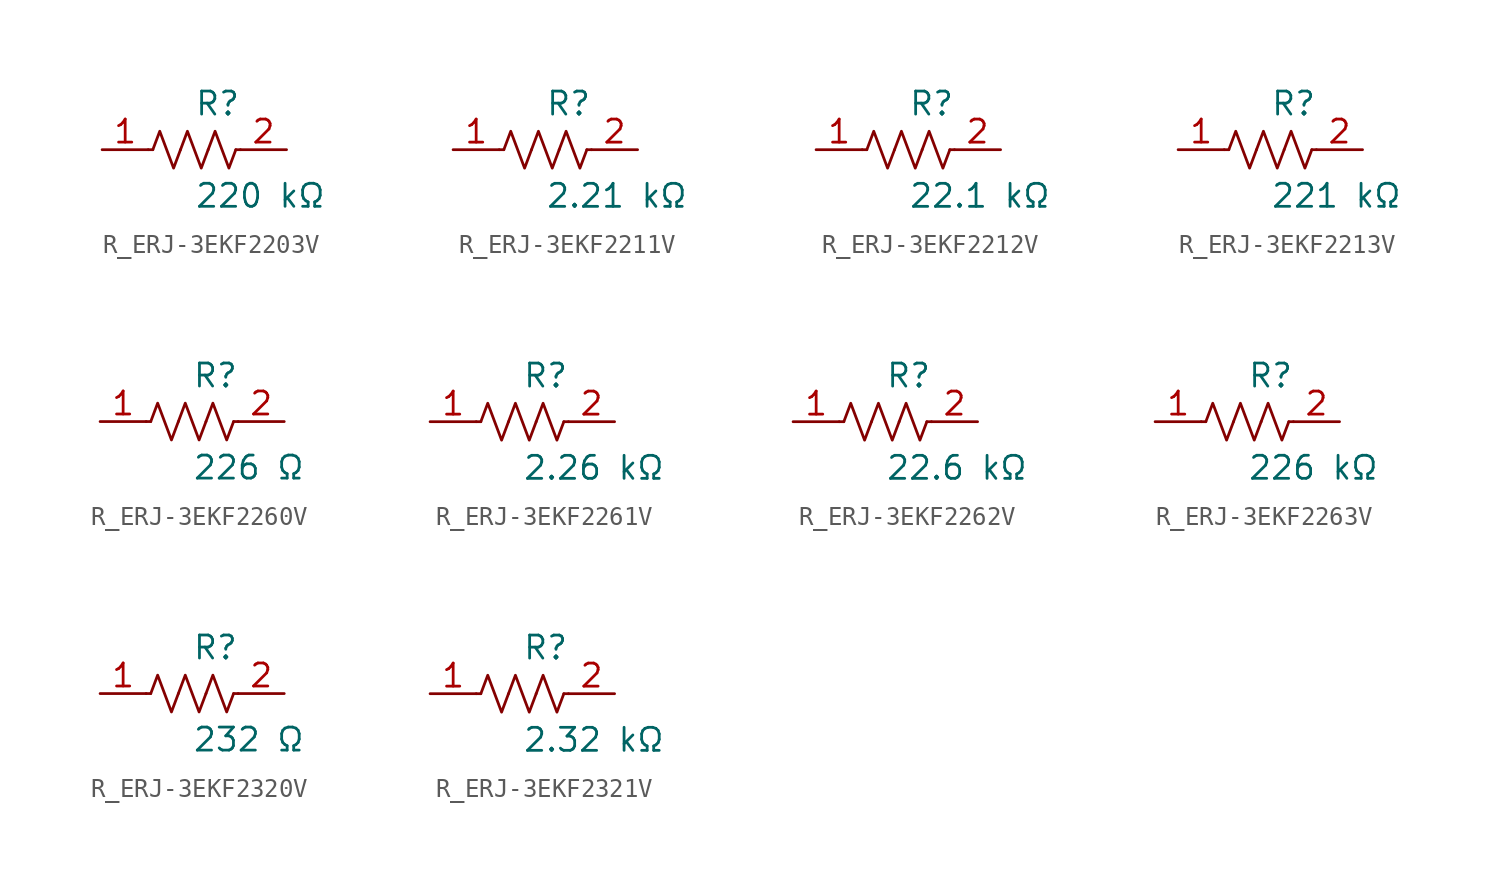
<source format=kicad_sym>
(kicad_symbol_lib
  (version 20231120)
  (generator kicad_symbol_editor)
  (generator_version 8.0)
  (symbol "R_ERJ-3EKF2203V"
    (pin_names
      (offset 0.254))
    (property "Reference" "R"
      (at 0.0 2.54 0)
      (effects (font (size 1.27 1.27)) (justify left)))
    (property "Value" "220 kΩ"
      (at 0.0 -2.54 0)
      (effects (font (size 1.27 1.27)) (justify left)))
    (symbol "R_ERJ-3EKF2203V_0_1"
      (polyline (pts (xy 2.286 0) (xy 2.54 0)) (stroke (width 0) (type default)) (fill (type none)))
      (polyline (pts (xy -2.286 0) (xy -2.54 0)) (stroke (width 0) (type default)) (fill (type none)))
      (polyline (pts (xy 0.762 0) (xy 1.143 1.016) (xy 1.524 0) (xy 1.905 -1.016) (xy 2.286 0)) (stroke (width 0) (type default)) (fill (type none)))
      (polyline (pts (xy -0.762 0) (xy -0.381 1.016) (xy 0 0) (xy 0.381 -1.016) (xy 0.762 0)) (stroke (width 0) (type default)) (fill (type none)))
      (polyline (pts (xy -2.286 0) (xy -1.905 1.016) (xy -1.524 0) (xy -1.143 -1.016) (xy -0.762 0)) (stroke (width 0) (type default)) (fill (type none))))
    (pin unspecified line
      (at -5.08 0 0)
      (length 2.54)
      (name "" (effects (font (size 1.27 1.27))))
      (number "1" (effects (font (size 1.27 1.27)))))
    (pin unspecified line
      (at 5.08 0 180)
      (length 2.54)
      (name "" (effects (font (size 1.27 1.27))))
      (number "2" (effects (font (size 1.27 1.27))))))
  (symbol "R_ERJ-3EKF2211V"
    (pin_names
      (offset 0.254))
    (property "Reference" "R"
      (at 0.0 2.54 0)
      (effects (font (size 1.27 1.27)) (justify left)))
    (property "Value" "2.21 kΩ"
      (at 0.0 -2.54 0)
      (effects (font (size 1.27 1.27)) (justify left)))
    (symbol "R_ERJ-3EKF2211V_0_1"
      (polyline (pts (xy 2.286 0) (xy 2.54 0)) (stroke (width 0) (type default)) (fill (type none)))
      (polyline (pts (xy -2.286 0) (xy -2.54 0)) (stroke (width 0) (type default)) (fill (type none)))
      (polyline (pts (xy 0.762 0) (xy 1.143 1.016) (xy 1.524 0) (xy 1.905 -1.016) (xy 2.286 0)) (stroke (width 0) (type default)) (fill (type none)))
      (polyline (pts (xy -0.762 0) (xy -0.381 1.016) (xy 0 0) (xy 0.381 -1.016) (xy 0.762 0)) (stroke (width 0) (type default)) (fill (type none)))
      (polyline (pts (xy -2.286 0) (xy -1.905 1.016) (xy -1.524 0) (xy -1.143 -1.016) (xy -0.762 0)) (stroke (width 0) (type default)) (fill (type none))))
    (pin unspecified line
      (at -5.08 0 0)
      (length 2.54)
      (name "" (effects (font (size 1.27 1.27))))
      (number "1" (effects (font (size 1.27 1.27)))))
    (pin unspecified line
      (at 5.08 0 180)
      (length 2.54)
      (name "" (effects (font (size 1.27 1.27))))
      (number "2" (effects (font (size 1.27 1.27))))))
  (symbol "R_ERJ-3EKF2212V"
    (pin_names
      (offset 0.254))
    (property "Reference" "R"
      (at 0.0 2.54 0)
      (effects (font (size 1.27 1.27)) (justify left)))
    (property "Value" "22.1 kΩ"
      (at 0.0 -2.54 0)
      (effects (font (size 1.27 1.27)) (justify left)))
    (symbol "R_ERJ-3EKF2212V_0_1"
      (polyline (pts (xy 2.286 0) (xy 2.54 0)) (stroke (width 0) (type default)) (fill (type none)))
      (polyline (pts (xy -2.286 0) (xy -2.54 0)) (stroke (width 0) (type default)) (fill (type none)))
      (polyline (pts (xy 0.762 0) (xy 1.143 1.016) (xy 1.524 0) (xy 1.905 -1.016) (xy 2.286 0)) (stroke (width 0) (type default)) (fill (type none)))
      (polyline (pts (xy -0.762 0) (xy -0.381 1.016) (xy 0 0) (xy 0.381 -1.016) (xy 0.762 0)) (stroke (width 0) (type default)) (fill (type none)))
      (polyline (pts (xy -2.286 0) (xy -1.905 1.016) (xy -1.524 0) (xy -1.143 -1.016) (xy -0.762 0)) (stroke (width 0) (type default)) (fill (type none))))
    (pin unspecified line
      (at -5.08 0 0)
      (length 2.54)
      (name "" (effects (font (size 1.27 1.27))))
      (number "1" (effects (font (size 1.27 1.27)))))
    (pin unspecified line
      (at 5.08 0 180)
      (length 2.54)
      (name "" (effects (font (size 1.27 1.27))))
      (number "2" (effects (font (size 1.27 1.27))))))
  (symbol "R_ERJ-3EKF2213V"
    (pin_names
      (offset 0.254))
    (property "Reference" "R"
      (at 0.0 2.54 0)
      (effects (font (size 1.27 1.27)) (justify left)))
    (property "Value" "221 kΩ"
      (at 0.0 -2.54 0)
      (effects (font (size 1.27 1.27)) (justify left)))
    (symbol "R_ERJ-3EKF2213V_0_1"
      (polyline (pts (xy 2.286 0) (xy 2.54 0)) (stroke (width 0) (type default)) (fill (type none)))
      (polyline (pts (xy -2.286 0) (xy -2.54 0)) (stroke (width 0) (type default)) (fill (type none)))
      (polyline (pts (xy 0.762 0) (xy 1.143 1.016) (xy 1.524 0) (xy 1.905 -1.016) (xy 2.286 0)) (stroke (width 0) (type default)) (fill (type none)))
      (polyline (pts (xy -0.762 0) (xy -0.381 1.016) (xy 0 0) (xy 0.381 -1.016) (xy 0.762 0)) (stroke (width 0) (type default)) (fill (type none)))
      (polyline (pts (xy -2.286 0) (xy -1.905 1.016) (xy -1.524 0) (xy -1.143 -1.016) (xy -0.762 0)) (stroke (width 0) (type default)) (fill (type none))))
    (pin unspecified line
      (at -5.08 0 0)
      (length 2.54)
      (name "" (effects (font (size 1.27 1.27))))
      (number "1" (effects (font (size 1.27 1.27)))))
    (pin unspecified line
      (at 5.08 0 180)
      (length 2.54)
      (name "" (effects (font (size 1.27 1.27))))
      (number "2" (effects (font (size 1.27 1.27))))))
  (symbol "R_ERJ-3EKF2260V"
    (pin_names
      (offset 0.254))
    (property "Reference" "R"
      (at 0.0 2.54 0)
      (effects (font (size 1.27 1.27)) (justify left)))
    (property "Value" "226 Ω"
      (at 0.0 -2.54 0)
      (effects (font (size 1.27 1.27)) (justify left)))
    (symbol "R_ERJ-3EKF2260V_0_1"
      (polyline (pts (xy 2.286 0) (xy 2.54 0)) (stroke (width 0) (type default)) (fill (type none)))
      (polyline (pts (xy -2.286 0) (xy -2.54 0)) (stroke (width 0) (type default)) (fill (type none)))
      (polyline (pts (xy 0.762 0) (xy 1.143 1.016) (xy 1.524 0) (xy 1.905 -1.016) (xy 2.286 0)) (stroke (width 0) (type default)) (fill (type none)))
      (polyline (pts (xy -0.762 0) (xy -0.381 1.016) (xy 0 0) (xy 0.381 -1.016) (xy 0.762 0)) (stroke (width 0) (type default)) (fill (type none)))
      (polyline (pts (xy -2.286 0) (xy -1.905 1.016) (xy -1.524 0) (xy -1.143 -1.016) (xy -0.762 0)) (stroke (width 0) (type default)) (fill (type none))))
    (pin unspecified line
      (at -5.08 0 0)
      (length 2.54)
      (name "" (effects (font (size 1.27 1.27))))
      (number "1" (effects (font (size 1.27 1.27)))))
    (pin unspecified line
      (at 5.08 0 180)
      (length 2.54)
      (name "" (effects (font (size 1.27 1.27))))
      (number "2" (effects (font (size 1.27 1.27))))))
  (symbol "R_ERJ-3EKF2261V"
    (pin_names
      (offset 0.254))
    (property "Reference" "R"
      (at 0.0 2.54 0)
      (effects (font (size 1.27 1.27)) (justify left)))
    (property "Value" "2.26 kΩ"
      (at 0.0 -2.54 0)
      (effects (font (size 1.27 1.27)) (justify left)))
    (symbol "R_ERJ-3EKF2261V_0_1"
      (polyline (pts (xy 2.286 0) (xy 2.54 0)) (stroke (width 0) (type default)) (fill (type none)))
      (polyline (pts (xy -2.286 0) (xy -2.54 0)) (stroke (width 0) (type default)) (fill (type none)))
      (polyline (pts (xy 0.762 0) (xy 1.143 1.016) (xy 1.524 0) (xy 1.905 -1.016) (xy 2.286 0)) (stroke (width 0) (type default)) (fill (type none)))
      (polyline (pts (xy -0.762 0) (xy -0.381 1.016) (xy 0 0) (xy 0.381 -1.016) (xy 0.762 0)) (stroke (width 0) (type default)) (fill (type none)))
      (polyline (pts (xy -2.286 0) (xy -1.905 1.016) (xy -1.524 0) (xy -1.143 -1.016) (xy -0.762 0)) (stroke (width 0) (type default)) (fill (type none))))
    (pin unspecified line
      (at -5.08 0 0)
      (length 2.54)
      (name "" (effects (font (size 1.27 1.27))))
      (number "1" (effects (font (size 1.27 1.27)))))
    (pin unspecified line
      (at 5.08 0 180)
      (length 2.54)
      (name "" (effects (font (size 1.27 1.27))))
      (number "2" (effects (font (size 1.27 1.27))))))
  (symbol "R_ERJ-3EKF2262V"
    (pin_names
      (offset 0.254))
    (property "Reference" "R"
      (at 0.0 2.54 0)
      (effects (font (size 1.27 1.27)) (justify left)))
    (property "Value" "22.6 kΩ"
      (at 0.0 -2.54 0)
      (effects (font (size 1.27 1.27)) (justify left)))
    (symbol "R_ERJ-3EKF2262V_0_1"
      (polyline (pts (xy 2.286 0) (xy 2.54 0)) (stroke (width 0) (type default)) (fill (type none)))
      (polyline (pts (xy -2.286 0) (xy -2.54 0)) (stroke (width 0) (type default)) (fill (type none)))
      (polyline (pts (xy 0.762 0) (xy 1.143 1.016) (xy 1.524 0) (xy 1.905 -1.016) (xy 2.286 0)) (stroke (width 0) (type default)) (fill (type none)))
      (polyline (pts (xy -0.762 0) (xy -0.381 1.016) (xy 0 0) (xy 0.381 -1.016) (xy 0.762 0)) (stroke (width 0) (type default)) (fill (type none)))
      (polyline (pts (xy -2.286 0) (xy -1.905 1.016) (xy -1.524 0) (xy -1.143 -1.016) (xy -0.762 0)) (stroke (width 0) (type default)) (fill (type none))))
    (pin unspecified line
      (at -5.08 0 0)
      (length 2.54)
      (name "" (effects (font (size 1.27 1.27))))
      (number "1" (effects (font (size 1.27 1.27)))))
    (pin unspecified line
      (at 5.08 0 180)
      (length 2.54)
      (name "" (effects (font (size 1.27 1.27))))
      (number "2" (effects (font (size 1.27 1.27))))))
  (symbol "R_ERJ-3EKF2263V"
    (pin_names
      (offset 0.254))
    (property "Reference" "R"
      (at 0.0 2.54 0)
      (effects (font (size 1.27 1.27)) (justify left)))
    (property "Value" "226 kΩ"
      (at 0.0 -2.54 0)
      (effects (font (size 1.27 1.27)) (justify left)))
    (symbol "R_ERJ-3EKF2263V_0_1"
      (polyline (pts (xy 2.286 0) (xy 2.54 0)) (stroke (width 0) (type default)) (fill (type none)))
      (polyline (pts (xy -2.286 0) (xy -2.54 0)) (stroke (width 0) (type default)) (fill (type none)))
      (polyline (pts (xy 0.762 0) (xy 1.143 1.016) (xy 1.524 0) (xy 1.905 -1.016) (xy 2.286 0)) (stroke (width 0) (type default)) (fill (type none)))
      (polyline (pts (xy -0.762 0) (xy -0.381 1.016) (xy 0 0) (xy 0.381 -1.016) (xy 0.762 0)) (stroke (width 0) (type default)) (fill (type none)))
      (polyline (pts (xy -2.286 0) (xy -1.905 1.016) (xy -1.524 0) (xy -1.143 -1.016) (xy -0.762 0)) (stroke (width 0) (type default)) (fill (type none))))
    (pin unspecified line
      (at -5.08 0 0)
      (length 2.54)
      (name "" (effects (font (size 1.27 1.27))))
      (number "1" (effects (font (size 1.27 1.27)))))
    (pin unspecified line
      (at 5.08 0 180)
      (length 2.54)
      (name "" (effects (font (size 1.27 1.27))))
      (number "2" (effects (font (size 1.27 1.27))))))
  (symbol "R_ERJ-3EKF2320V"
    (pin_names
      (offset 0.254))
    (property "Reference" "R"
      (at 0.0 2.54 0)
      (effects (font (size 1.27 1.27)) (justify left)))
    (property "Value" "232 Ω"
      (at 0.0 -2.54 0)
      (effects (font (size 1.27 1.27)) (justify left)))
    (symbol "R_ERJ-3EKF2320V_0_1"
      (polyline (pts (xy 2.286 0) (xy 2.54 0)) (stroke (width 0) (type default)) (fill (type none)))
      (polyline (pts (xy -2.286 0) (xy -2.54 0)) (stroke (width 0) (type default)) (fill (type none)))
      (polyline (pts (xy 0.762 0) (xy 1.143 1.016) (xy 1.524 0) (xy 1.905 -1.016) (xy 2.286 0)) (stroke (width 0) (type default)) (fill (type none)))
      (polyline (pts (xy -0.762 0) (xy -0.381 1.016) (xy 0 0) (xy 0.381 -1.016) (xy 0.762 0)) (stroke (width 0) (type default)) (fill (type none)))
      (polyline (pts (xy -2.286 0) (xy -1.905 1.016) (xy -1.524 0) (xy -1.143 -1.016) (xy -0.762 0)) (stroke (width 0) (type default)) (fill (type none))))
    (pin unspecified line
      (at -5.08 0 0)
      (length 2.54)
      (name "" (effects (font (size 1.27 1.27))))
      (number "1" (effects (font (size 1.27 1.27)))))
    (pin unspecified line
      (at 5.08 0 180)
      (length 2.54)
      (name "" (effects (font (size 1.27 1.27))))
      (number "2" (effects (font (size 1.27 1.27))))))
  (symbol "R_ERJ-3EKF2321V"
    (pin_names
      (offset 0.254))
    (property "Reference" "R"
      (at 0.0 2.54 0)
      (effects (font (size 1.27 1.27)) (justify left)))
    (property "Value" "2.32 kΩ"
      (at 0.0 -2.54 0)
      (effects (font (size 1.27 1.27)) (justify left)))
    (symbol "R_ERJ-3EKF2321V_0_1"
      (polyline (pts (xy 2.286 0) (xy 2.54 0)) (stroke (width 0) (type default)) (fill (type none)))
      (polyline (pts (xy -2.286 0) (xy -2.54 0)) (stroke (width 0) (type default)) (fill (type none)))
      (polyline (pts (xy 0.762 0) (xy 1.143 1.016) (xy 1.524 0) (xy 1.905 -1.016) (xy 2.286 0)) (stroke (width 0) (type default)) (fill (type none)))
      (polyline (pts (xy -0.762 0) (xy -0.381 1.016) (xy 0 0) (xy 0.381 -1.016) (xy 0.762 0)) (stroke (width 0) (type default)) (fill (type none)))
      (polyline (pts (xy -2.286 0) (xy -1.905 1.016) (xy -1.524 0) (xy -1.143 -1.016) (xy -0.762 0)) (stroke (width 0) (type default)) (fill (type none))))
    (pin unspecified line
      (at -5.08 0 0)
      (length 2.54)
      (name "" (effects (font (size 1.27 1.27))))
      (number "1" (effects (font (size 1.27 1.27)))))
    (pin unspecified line
      (at 5.08 0 180)
      (length 2.54)
      (name "" (effects (font (size 1.27 1.27))))
      (number "2" (effects (font (size 1.27 1.27)))))))
</source>
